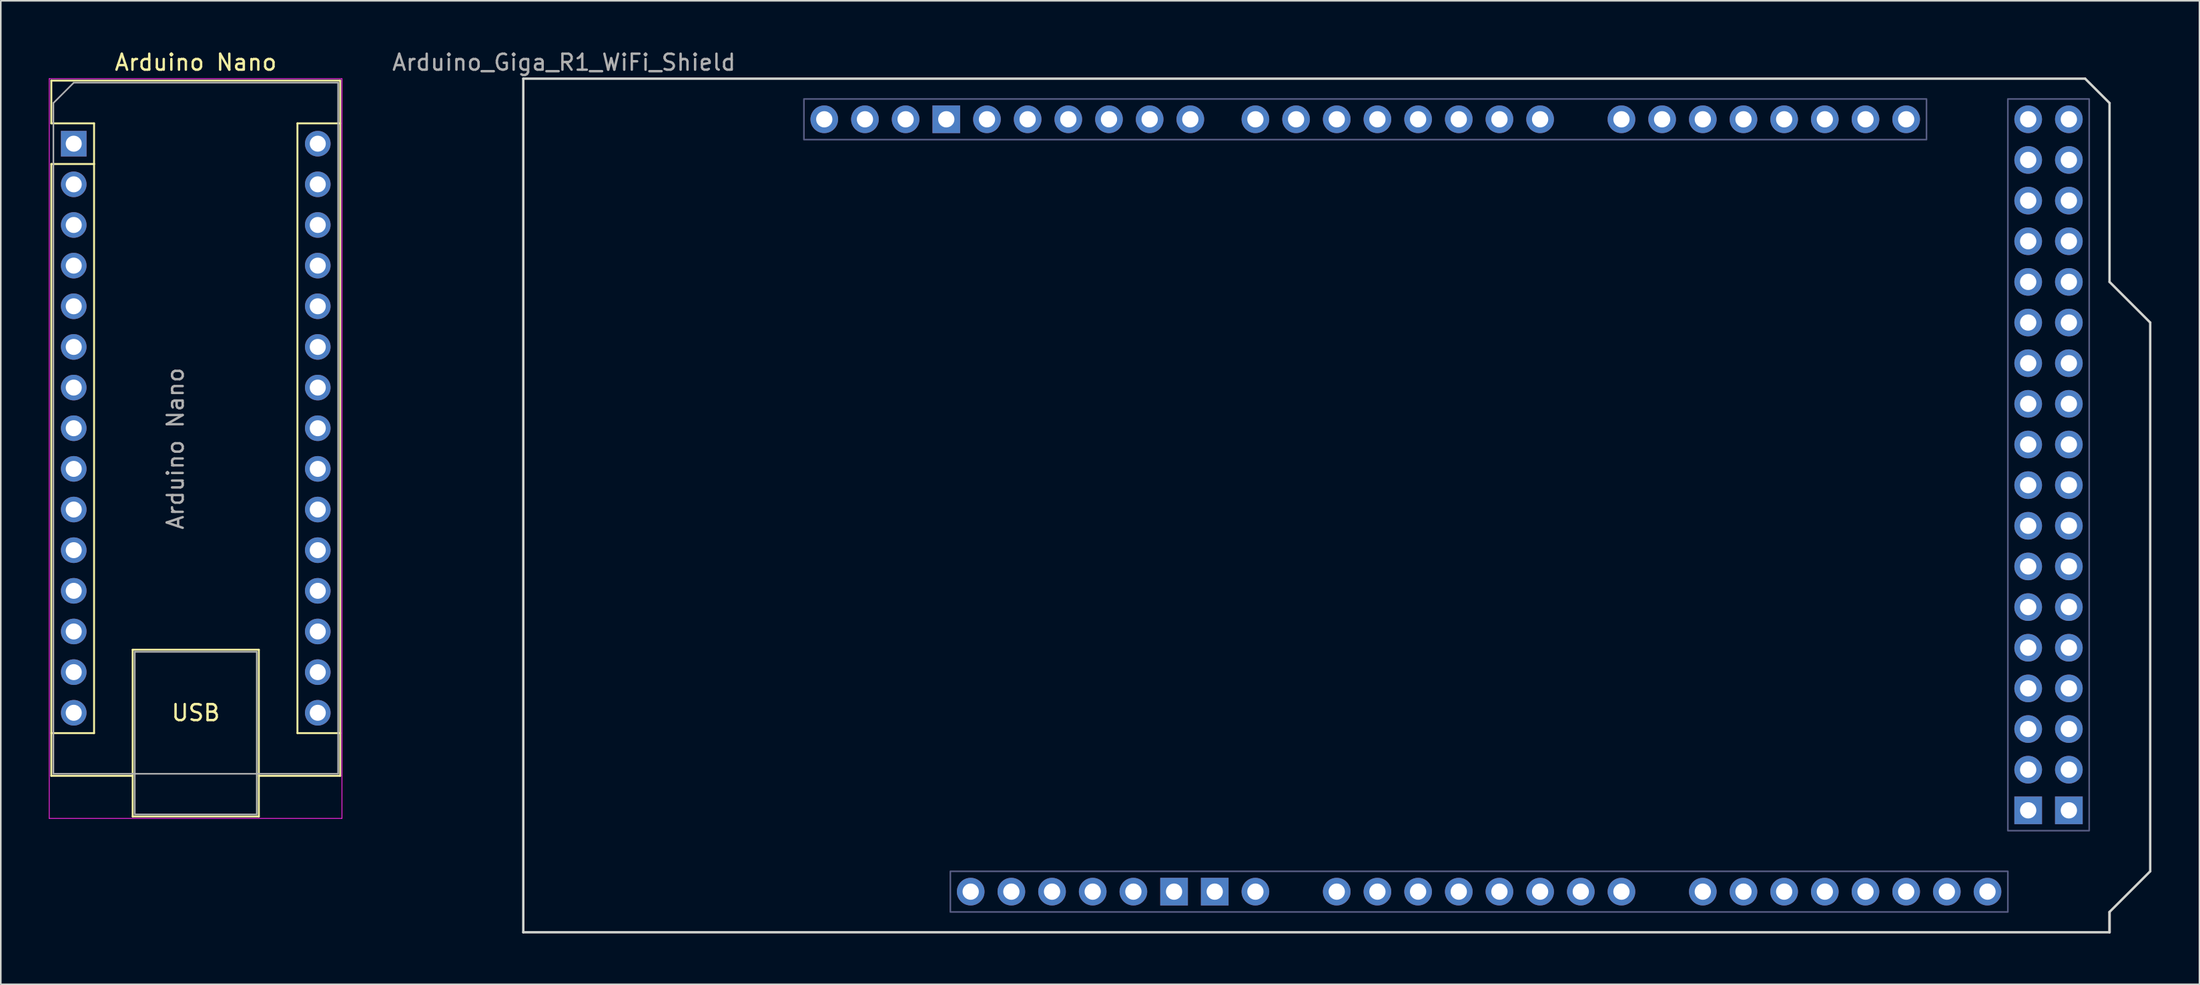
<source format=kicad_pcb>
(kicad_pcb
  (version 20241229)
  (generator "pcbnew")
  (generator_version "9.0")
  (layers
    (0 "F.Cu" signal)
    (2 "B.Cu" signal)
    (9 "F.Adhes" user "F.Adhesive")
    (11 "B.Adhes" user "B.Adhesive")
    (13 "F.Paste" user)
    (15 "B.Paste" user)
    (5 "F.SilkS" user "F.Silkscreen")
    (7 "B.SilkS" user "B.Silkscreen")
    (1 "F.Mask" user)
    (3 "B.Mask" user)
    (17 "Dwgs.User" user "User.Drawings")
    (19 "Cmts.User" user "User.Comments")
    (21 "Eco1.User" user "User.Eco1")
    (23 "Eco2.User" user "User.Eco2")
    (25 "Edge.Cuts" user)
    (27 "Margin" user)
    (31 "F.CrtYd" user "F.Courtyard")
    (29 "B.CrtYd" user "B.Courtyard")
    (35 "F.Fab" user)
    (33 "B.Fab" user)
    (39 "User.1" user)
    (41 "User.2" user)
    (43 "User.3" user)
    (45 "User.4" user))
  (footprint "Arduino Nano"
    (layer "F.Cu")
    (at 1.555 5.928)
    (property "Reference" "Arduino Nano" (at 7.62 -5.08 0) (layer "F.SilkS") (effects (font (size 1 1) (thickness 0.15))))
    (attr through_hole)
    (fp_line (start -1.4 -3.94) (end -1.4 -1.27) (stroke (width 0.12) (type solid)) (layer "F.SilkS"))
    (fp_line (start -1.4 1.27) (end -1.4 39.5) (stroke (width 0.12) (type solid)) (layer "F.SilkS"))
    (fp_line (start -1.4 39.5) (end 3.68 39.5) (stroke (width 0.12) (type solid)) (layer "F.SilkS"))
    (fp_line (start 1.27 -1.27) (end -1.4 -1.27) (stroke (width 0.12) (type solid)) (layer "F.SilkS"))
    (fp_line (start 1.27 1.27) (end -1.4 1.27) (stroke (width 0.12) (type solid)) (layer "F.SilkS"))
    (fp_line (start 1.27 1.27) (end 1.27 -1.27) (stroke (width 0.12) (type solid)) (layer "F.SilkS"))
    (fp_line (start 1.27 1.27) (end 1.27 36.83) (stroke (width 0.12) (type solid)) (layer "F.SilkS"))
    (fp_line (start 1.27 36.83) (end -1.4 36.83) (stroke (width 0.12) (type solid)) (layer "F.SilkS"))
    (fp_line (start 3.68 31.62) (end 11.56 31.62) (stroke (width 0.12) (type solid)) (layer "F.SilkS"))
    (fp_line (start 3.68 42.04) (end 3.68 31.62) (stroke (width 0.12) (type solid)) (layer "F.SilkS"))
    (fp_line (start 11.56 31.62) (end 11.56 42.04) (stroke (width 0.12) (type solid)) (layer "F.SilkS"))
    (fp_line (start 11.56 42.04) (end 3.68 42.04) (stroke (width 0.12) (type solid)) (layer "F.SilkS"))
    (fp_line (start 13.97 -1.27) (end 13.97 36.83) (stroke (width 0.12) (type solid)) (layer "F.SilkS"))
    (fp_line (start 13.97 -1.27) (end 16.64 -1.27) (stroke (width 0.12) (type solid)) (layer "F.SilkS"))
    (fp_line (start 13.97 36.83) (end 16.64 36.83) (stroke (width 0.12) (type solid)) (layer "F.SilkS"))
    (fp_line (start 16.64 -3.94) (end -1.4 -3.94) (stroke (width 0.12) (type solid)) (layer "F.SilkS"))
    (fp_line (start 16.64 39.5) (end 11.56 39.5) (stroke (width 0.12) (type solid)) (layer "F.SilkS"))
    (fp_line (start 16.64 39.5) (end 16.64 -3.94) (stroke (width 0.12) (type solid)) (layer "F.SilkS"))
    (fp_line (start -1.53 -4.06) (end -1.53 42.16) (stroke (width 0.05) (type solid)) (layer "F.CrtYd"))
    (fp_line (start -1.53 -4.06) (end 16.75 -4.06) (stroke (width 0.05) (type solid)) (layer "F.CrtYd"))
    (fp_line (start 16.75 42.16) (end -1.53 42.16) (stroke (width 0.05) (type solid)) (layer "F.CrtYd"))
    (fp_line (start 16.75 42.16) (end 16.75 -4.06) (stroke (width 0.05) (type solid)) (layer "F.CrtYd"))
    (fp_line (start -1.27 -2.54) (end 0 -3.81) (stroke (width 0.1) (type solid)) (layer "F.Fab"))
    (fp_line (start -1.27 39.37) (end -1.27 -2.54) (stroke (width 0.1) (type solid)) (layer "F.Fab"))
    (fp_line (start 0 -3.81) (end 16.51 -3.81) (stroke (width 0.1) (type solid)) (layer "F.Fab"))
    (fp_line (start 3.81 31.75) (end 11.43 31.75) (stroke (width 0.1) (type solid)) (layer "F.Fab"))
    (fp_line (start 3.81 41.91) (end 3.81 31.75) (stroke (width 0.1) (type solid)) (layer "F.Fab"))
    (fp_line (start 11.43 31.75) (end 11.43 41.91) (stroke (width 0.1) (type solid)) (layer "F.Fab"))
    (fp_line (start 11.43 41.91) (end 3.81 41.91) (stroke (width 0.1) (type solid)) (layer "F.Fab"))
    (fp_line (start 16.51 -3.81) (end 16.51 39.37) (stroke (width 0.1) (type solid)) (layer "F.Fab"))
    (fp_line (start 16.51 39.37) (end -1.27 39.37) (stroke (width 0.1) (type solid)) (layer "F.Fab"))
    (fp_text user "USB" (at 7.62 35.56 0) (unlocked yes) (layer "F.SilkS") (effects (font (size 1 1) (thickness 0.15))))
    (fp_text user "${REFERENCE}" (at 6.35 19.05 90) (layer "F.Fab") (effects (font (size 1 1) (thickness 0.15))))
    (pad "1" thru_hole rect (at 0 0) (size 1.6 1.6) (drill 1) (layers "*.Cu" "*.Mask"))
    (pad "2" thru_hole oval (at 0 2.54) (size 1.6 1.6) (drill 1) (layers "*.Cu" "*.Mask"))
    (pad "3" thru_hole oval (at 0 5.08) (size 1.6 1.6) (drill 1) (layers "*.Cu" "*.Mask"))
    (pad "4" thru_hole oval (at 0 7.62) (size 1.6 1.6) (drill 1) (layers "*.Cu" "*.Mask"))
    (pad "5" thru_hole oval (at 0 10.16) (size 1.6 1.6) (drill 1) (layers "*.Cu" "*.Mask"))
    (pad "6" thru_hole oval (at 0 12.7) (size 1.6 1.6) (drill 1) (layers "*.Cu" "*.Mask"))
    (pad "7" thru_hole oval (at 0 15.24) (size 1.6 1.6) (drill 1) (layers "*.Cu" "*.Mask"))
    (pad "8" thru_hole oval (at 0 17.78) (size 1.6 1.6) (drill 1) (layers "*.Cu" "*.Mask"))
    (pad "9" thru_hole oval (at 0 20.32) (size 1.6 1.6) (drill 1) (layers "*.Cu" "*.Mask"))
    (pad "10" thru_hole oval (at 0 22.86) (size 1.6 1.6) (drill 1) (layers "*.Cu" "*.Mask"))
    (pad "11" thru_hole oval (at 0 25.4) (size 1.6 1.6) (drill 1) (layers "*.Cu" "*.Mask"))
    (pad "12" thru_hole oval (at 0 27.94) (size 1.6 1.6) (drill 1) (layers "*.Cu" "*.Mask"))
    (pad "13" thru_hole oval (at 0 30.48) (size 1.6 1.6) (drill 1) (layers "*.Cu" "*.Mask"))
    (pad "14" thru_hole oval (at 0 33.02) (size 1.6 1.6) (drill 1) (layers "*.Cu" "*.Mask"))
    (pad "15" thru_hole oval (at 0 35.56) (size 1.6 1.6) (drill 1) (layers "*.Cu" "*.Mask"))
    (pad "16" thru_hole oval (at 15.24 35.56) (size 1.6 1.6) (drill 1) (layers "*.Cu" "*.Mask"))
    (pad "17" thru_hole oval (at 15.24 33.02) (size 1.6 1.6) (drill 1) (layers "*.Cu" "*.Mask"))
    (pad "18" thru_hole oval (at 15.24 30.48) (size 1.6 1.6) (drill 1) (layers "*.Cu" "*.Mask"))
    (pad "19" thru_hole oval (at 15.24 27.94) (size 1.6 1.6) (drill 1) (layers "*.Cu" "*.Mask"))
    (pad "20" thru_hole oval (at 15.24 25.4) (size 1.6 1.6) (drill 1) (layers "*.Cu" "*.Mask"))
    (pad "21" thru_hole oval (at 15.24 22.86) (size 1.6 1.6) (drill 1) (layers "*.Cu" "*.Mask"))
    (pad "22" thru_hole oval (at 15.24 20.32) (size 1.6 1.6) (drill 1) (layers "*.Cu" "*.Mask"))
    (pad "23" thru_hole oval (at 15.24 17.78) (size 1.6 1.6) (drill 1) (layers "*.Cu" "*.Mask"))
    (pad "24" thru_hole oval (at 15.24 15.24) (size 1.6 1.6) (drill 1) (layers "*.Cu" "*.Mask"))
    (pad "25" thru_hole oval (at 15.24 12.7) (size 1.6 1.6) (drill 1) (layers "*.Cu" "*.Mask"))
    (pad "26" thru_hole oval (at 15.24 10.16) (size 1.6 1.6) (drill 1) (layers "*.Cu" "*.Mask"))
    (pad "27" thru_hole oval (at 15.24 7.62) (size 1.6 1.6) (drill 1) (layers "*.Cu" "*.Mask"))
    (pad "28" thru_hole oval (at 15.24 5.08) (size 1.6 1.6) (drill 1) (layers "*.Cu" "*.Mask"))
    (pad "29" thru_hole oval (at 15.24 2.54) (size 1.6 1.6) (drill 1) (layers "*.Cu" "*.Mask"))
    (pad "30" thru_hole oval (at 15.24 0) (size 1.6 1.6) (drill 1) (layers "*.Cu" "*.Mask")))
  (footprint "Arduino_Giga_R1_WiFi_Shield"
    (layer "F.Cu")
    (at 29.629 55.204)
    (property "Reference" "Arduino_Giga_R1_WiFi_Shield" (at 2.54 -54.356 0) (layer "F.Fab") (effects (font (size 1 1) (thickness 0.15))))
    (attr through_hole)
    (fp_line (start 99.06 0) (end 99.06 -1.27) (stroke (width 0.15) (type solid)) (layer "B.SilkS"))
    (fp_line (start 0 -53.34) (end 0 0) (stroke (width 0.15) (type solid)) (layer "Edge.Cuts"))
    (fp_line (start 0 -53.34) (end 97.536 -53.34) (stroke (width 0.15) (type solid)) (layer "Edge.Cuts"))
    (fp_line (start 0 0) (end 99.06 0) (stroke (width 0.15) (type solid)) (layer "Edge.Cuts"))
    (fp_line (start 97.536 -53.34) (end 99.06 -51.816) (stroke (width 0.15) (type solid)) (layer "Edge.Cuts"))
    (fp_line (start 99.06 -40.64) (end 99.06 -51.816) (stroke (width 0.15) (type solid)) (layer "Edge.Cuts"))
    (fp_line (start 99.06 -1.27) (end 101.6 -3.81) (stroke (width 0.15) (type solid)) (layer "Edge.Cuts"))
    (fp_line (start 99.06 0) (end 99.06 -1.27) (stroke (width 0.15) (type solid)) (layer "Edge.Cuts"))
    (fp_line (start 101.6 -38.1) (end 99.06 -40.64) (stroke (width 0.15) (type solid)) (layer "Edge.Cuts"))
    (fp_line (start 101.6 -3.81) (end 101.6 -38.1) (stroke (width 0.15) (type solid)) (layer "Edge.Cuts"))
    (fp_rect (start 17.526 -52.07) (end 87.63 -49.53) (stroke (width 0.1) (type solid)) (fill no) (layer "B.Fab"))
    (fp_rect (start 26.67 -3.81) (end 92.71 -1.27) (stroke (width 0.1) (type solid)) (fill no) (layer "B.Fab"))
    (fp_rect (start 92.71 -52.07) (end 97.79 -6.35) (stroke (width 0.1) (type solid)) (fill no) (layer "B.Fab"))
    (pad "" thru_hole oval (at 27.94 -2.54) (size 1.727 1.727) (drill 1.016) (layers "*.Cu" "*.Mask"))
    (pad "3V3" thru_hole oval (at 35.56 -2.54) (size 1.727 1.727) (drill 1.016) (layers "*.Cu" "*.Mask"))
    (pad "5V1" thru_hole oval (at 38.1 -2.54) (size 1.727 1.727) (drill 1.016) (layers "*.Cu" "*.Mask"))
    (pad "5V3" thru_hole oval (at 93.98 -50.8) (size 1.727 1.727) (drill 1.016) (layers "*.Cu" "*.Mask"))
    (pad "5V4" thru_hole oval (at 96.52 -50.8) (size 1.727 1.727) (drill 1.016) (layers "*.Cu" "*.Mask"))
    (pad "A0" thru_hole oval (at 50.8 -2.54) (size 1.727 1.727) (drill 1.016) (layers "*.Cu" "*.Mask"))
    (pad "A1" thru_hole oval (at 53.34 -2.54) (size 1.727 1.727) (drill 1.016) (layers "*.Cu" "*.Mask"))
    (pad "A2" thru_hole oval (at 55.88 -2.54) (size 1.727 1.727) (drill 1.016) (layers "*.Cu" "*.Mask"))
    (pad "A3" thru_hole oval (at 58.42 -2.54) (size 1.727 1.727) (drill 1.016) (layers "*.Cu" "*.Mask"))
    (pad "A4" thru_hole oval (at 60.96 -2.54) (size 1.727 1.727) (drill 1.016) (layers "*.Cu" "*.Mask"))
    (pad "A5" thru_hole oval (at 63.5 -2.54) (size 1.727 1.727) (drill 1.016) (layers "*.Cu" "*.Mask"))
    (pad "A6" thru_hole oval (at 66.04 -2.54) (size 1.727 1.727) (drill 1.016) (layers "*.Cu" "*.Mask"))
    (pad "A7" thru_hole oval (at 68.58 -2.54) (size 1.727 1.727) (drill 1.016) (layers "*.Cu" "*.Mask"))
    (pad "A8" thru_hole oval (at 73.66 -2.54) (size 1.727 1.727) (drill 1.016) (layers "*.Cu" "*.Mask"))
    (pad "A9" thru_hole oval (at 76.2 -2.54) (size 1.727 1.727) (drill 1.016) (layers "*.Cu" "*.Mask"))
    (pad "A10" thru_hole oval (at 78.74 -2.54) (size 1.727 1.727) (drill 1.016) (layers "*.Cu" "*.Mask"))
    (pad "A11" thru_hole oval (at 81.28 -2.54) (size 1.727 1.727) (drill 1.016) (layers "*.Cu" "*.Mask"))
    (pad "AREF" thru_hole oval (at 23.876 -50.8) (size 1.727 1.727) (drill 1.016) (layers "*.Cu" "*.Mask"))
    (pad "CANR" thru_hole oval (at 88.9 -2.54) (size 1.727 1.727) (drill 1.016) (layers "*.Cu" "*.Mask"))
    (pad "CANT" thru_hole oval (at 91.44 -2.54) (size 1.727 1.727) (drill 1.016) (layers "*.Cu" "*.Mask"))
    (pad "D0" thru_hole oval (at 63.5 -50.8) (size 1.727 1.727) (drill 1.016) (layers "*.Cu" "*.Mask"))
    (pad "D1" thru_hole oval (at 60.96 -50.8) (size 1.727 1.727) (drill 1.016) (layers "*.Cu" "*.Mask"))
    (pad "D2" thru_hole oval (at 58.42 -50.8) (size 1.727 1.727) (drill 1.016) (layers "*.Cu" "*.Mask"))
    (pad "D3" thru_hole oval (at 55.88 -50.8) (size 1.727 1.727) (drill 1.016) (layers "*.Cu" "*.Mask"))
    (pad "D4" thru_hole oval (at 53.34 -50.8) (size 1.727 1.727) (drill 1.016) (layers "*.Cu" "*.Mask"))
    (pad "D5" thru_hole oval (at 50.8 -50.8) (size 1.727 1.727) (drill 1.016) (layers "*.Cu" "*.Mask"))
    (pad "D6" thru_hole oval (at 48.26 -50.8) (size 1.727 1.727) (drill 1.016) (layers "*.Cu" "*.Mask"))
    (pad "D7" thru_hole oval (at 45.72 -50.8) (size 1.727 1.727) (drill 1.016) (layers "*.Cu" "*.Mask"))
    (pad "D8" thru_hole oval (at 41.656 -50.8) (size 1.727 1.727) (drill 1.016) (layers "*.Cu" "*.Mask"))
    (pad "D9" thru_hole oval (at 39.116 -50.8) (size 1.727 1.727) (drill 1.016) (layers "*.Cu" "*.Mask"))
    (pad "D10" thru_hole oval (at 36.576 -50.8) (size 1.727 1.727) (drill 1.016) (layers "*.Cu" "*.Mask"))
    (pad "D11" thru_hole oval (at 34.036 -50.8) (size 1.727 1.727) (drill 1.016) (layers "*.Cu" "*.Mask"))
    (pad "D12" thru_hole oval (at 31.496 -50.8) (size 1.727 1.727) (drill 1.016) (layers "*.Cu" "*.Mask"))
    (pad "D13" thru_hole oval (at 28.956 -50.8) (size 1.727 1.727) (drill 1.016) (layers "*.Cu" "*.Mask"))
    (pad "D14" thru_hole oval (at 68.58 -50.8) (size 1.727 1.727) (drill 1.016) (layers "*.Cu" "*.Mask"))
    (pad "D15" thru_hole oval (at 71.12 -50.8) (size 1.727 1.727) (drill 1.016) (layers "*.Cu" "*.Mask"))
    (pad "D16" thru_hole oval (at 73.66 -50.8) (size 1.727 1.727) (drill 1.016) (layers "*.Cu" "*.Mask"))
    (pad "D17" thru_hole oval (at 76.2 -50.8) (size 1.727 1.727) (drill 1.016) (layers "*.Cu" "*.Mask"))
    (pad "D18" thru_hole oval (at 78.74 -50.8) (size 1.727 1.727) (drill 1.016) (layers "*.Cu" "*.Mask"))
    (pad "D19" thru_hole oval (at 81.28 -50.8) (size 1.727 1.727) (drill 1.016) (layers "*.Cu" "*.Mask"))
    (pad "D20" thru_hole oval (at 83.82 -50.8) (size 1.727 1.727) (drill 1.016) (layers "*.Cu" "*.Mask"))
    (pad "D21" thru_hole oval (at 86.36 -50.8) (size 1.727 1.727) (drill 1.016) (layers "*.Cu" "*.Mask"))
    (pad "D22" thru_hole oval (at 93.98 -48.26) (size 1.727 1.727) (drill 1.016) (layers "*.Cu" "*.Mask"))
    (pad "D23" thru_hole oval (at 96.52 -48.26) (size 1.727 1.727) (drill 1.016) (layers "*.Cu" "*.Mask"))
    (pad "D24" thru_hole oval (at 93.98 -45.72) (size 1.727 1.727) (drill 1.016) (layers "*.Cu" "*.Mask"))
    (pad "D25" thru_hole oval (at 96.52 -45.72) (size 1.727 1.727) (drill 1.016) (layers "*.Cu" "*.Mask"))
    (pad "D26" thru_hole oval (at 93.98 -43.18) (size 1.727 1.727) (drill 1.016) (layers "*.Cu" "*.Mask"))
    (pad "D27" thru_hole oval (at 96.52 -43.18) (size 1.727 1.727) (drill 1.016) (layers "*.Cu" "*.Mask"))
    (pad "D28" thru_hole oval (at 93.98 -40.64) (size 1.727 1.727) (drill 1.016) (layers "*.Cu" "*.Mask"))
    (pad "D29" thru_hole oval (at 96.52 -40.64) (size 1.727 1.727) (drill 1.016) (layers "*.Cu" "*.Mask"))
    (pad "D30" thru_hole oval (at 93.98 -38.1) (size 1.727 1.727) (drill 1.016) (layers "*.Cu" "*.Mask"))
    (pad "D31" thru_hole oval (at 96.52 -38.1) (size 1.727 1.727) (drill 1.016) (layers "*.Cu" "*.Mask"))
    (pad "D32" thru_hole oval (at 93.98 -35.56) (size 1.727 1.727) (drill 1.016) (layers "*.Cu" "*.Mask"))
    (pad "D33" thru_hole oval (at 96.52 -35.56) (size 1.727 1.727) (drill 1.016) (layers "*.Cu" "*.Mask"))
    (pad "D34" thru_hole oval (at 93.98 -33.02) (size 1.727 1.727) (drill 1.016) (layers "*.Cu" "*.Mask"))
    (pad "D35" thru_hole oval (at 96.52 -33.02) (size 1.727 1.727) (drill 1.016) (layers "*.Cu" "*.Mask"))
    (pad "D36" thru_hole oval (at 93.98 -30.48) (size 1.727 1.727) (drill 1.016) (layers "*.Cu" "*.Mask"))
    (pad "D37" thru_hole oval (at 96.52 -30.48) (size 1.727 1.727) (drill 1.016) (layers "*.Cu" "*.Mask"))
    (pad "D38" thru_hole oval (at 93.98 -27.94) (size 1.727 1.727) (drill 1.016) (layers "*.Cu" "*.Mask"))
    (pad "D39" thru_hole oval (at 96.52 -27.94) (size 1.727 1.727) (drill 1.016) (layers "*.Cu" "*.Mask"))
    (pad "D40" thru_hole oval (at 93.98 -25.4) (size 1.727 1.727) (drill 1.016) (layers "*.Cu" "*.Mask"))
    (pad "D41" thru_hole oval (at 96.52 -25.4) (size 1.727 1.727) (drill 1.016) (layers "*.Cu" "*.Mask"))
    (pad "D42" thru_hole oval (at 93.98 -22.86) (size 1.727 1.727) (drill 1.016) (layers "*.Cu" "*.Mask"))
    (pad "D43" thru_hole oval (at 96.52 -22.86) (size 1.727 1.727) (drill 1.016) (layers "*.Cu" "*.Mask"))
    (pad "D44" thru_hole oval (at 93.98 -20.32) (size 1.727 1.727) (drill 1.016) (layers "*.Cu" "*.Mask"))
    (pad "D45" thru_hole oval (at 96.52 -20.32) (size 1.727 1.727) (drill 1.016) (layers "*.Cu" "*.Mask"))
    (pad "D46" thru_hole oval (at 93.98 -17.78) (size 1.727 1.727) (drill 1.016) (layers "*.Cu" "*.Mask"))
    (pad "D47" thru_hole oval (at 96.52 -17.78) (size 1.727 1.727) (drill 1.016) (layers "*.Cu" "*.Mask"))
    (pad "D48" thru_hole oval (at 93.98 -15.24) (size 1.727 1.727) (drill 1.016) (layers "*.Cu" "*.Mask"))
    (pad "D49" thru_hole oval (at 96.52 -15.24) (size 1.727 1.727) (drill 1.016) (layers "*.Cu" "*.Mask"))
    (pad "D50" thru_hole oval (at 93.98 -12.7) (size 1.727 1.727) (drill 1.016) (layers "*.Cu" "*.Mask"))
    (pad "D51" thru_hole oval (at 96.52 -12.7) (size 1.727 1.727) (drill 1.016) (layers "*.Cu" "*.Mask"))
    (pad "D52" thru_hole oval (at 93.98 -10.16) (size 1.727 1.727) (drill 1.016) (layers "*.Cu" "*.Mask"))
    (pad "D53" thru_hole oval (at 96.52 -10.16) (size 1.727 1.727) (drill 1.016) (layers "*.Cu" "*.Mask"))
    (pad "DAC0" thru_hole oval (at 83.82 -2.54) (size 1.727 1.727) (drill 1.016) (layers "*.Cu" "*.Mask"))
    (pad "DAC1" thru_hole oval (at 86.36 -2.54) (size 1.727 1.727) (drill 1.016) (layers "*.Cu" "*.Mask"))
    (pad "GND1" thru_hole rect (at 26.416 -50.8) (size 1.727 1.727) (drill 1.016) (layers "*.Cu" "*.Mask"))
    (pad "GND2" thru_hole rect (at 40.64 -2.54) (size 1.727 1.727) (drill 1.016) (layers "*.Cu" "*.Mask"))
    (pad "GND3" thru_hole rect (at 43.18 -2.54) (size 1.727 1.727) (drill 1.016) (layers "*.Cu" "*.Mask"))
    (pad "GND5" thru_hole rect (at 93.98 -7.62) (size 1.727 1.727) (drill 1.016) (layers "*.Cu" "*.Mask"))
    (pad "GND6" thru_hole rect (at 96.52 -7.62) (size 1.727 1.727) (drill 1.016) (layers "*.Cu" "*.Mask"))
    (pad "IORF" thru_hole oval (at 30.48 -2.54) (size 1.727 1.727) (drill 1.016) (layers "*.Cu" "*.Mask"))
    (pad "RST1" thru_hole oval (at 33.02 -2.54) (size 1.727 1.727) (drill 1.016) (layers "*.Cu" "*.Mask"))
    (pad "SCL1" thru_hole oval (at 18.796 -50.8) (size 1.727 1.727) (drill 1.016) (layers "*.Cu" "*.Mask"))
    (pad "SDA1" thru_hole oval (at 21.336 -50.8) (size 1.727 1.727) (drill 1.016) (layers "*.Cu" "*.Mask"))
    (pad "VIN" thru_hole oval (at 45.72 -2.54) (size 1.727 1.727) (drill 1.016) (layers "*.Cu" "*.Mask")))
  (gr_rect
    (start -3 -3)
    (end 134.304 58.454)
    (stroke (width 0.1) (type default))
    (fill no)
    (layer "Edge.Cuts")))
</source>
